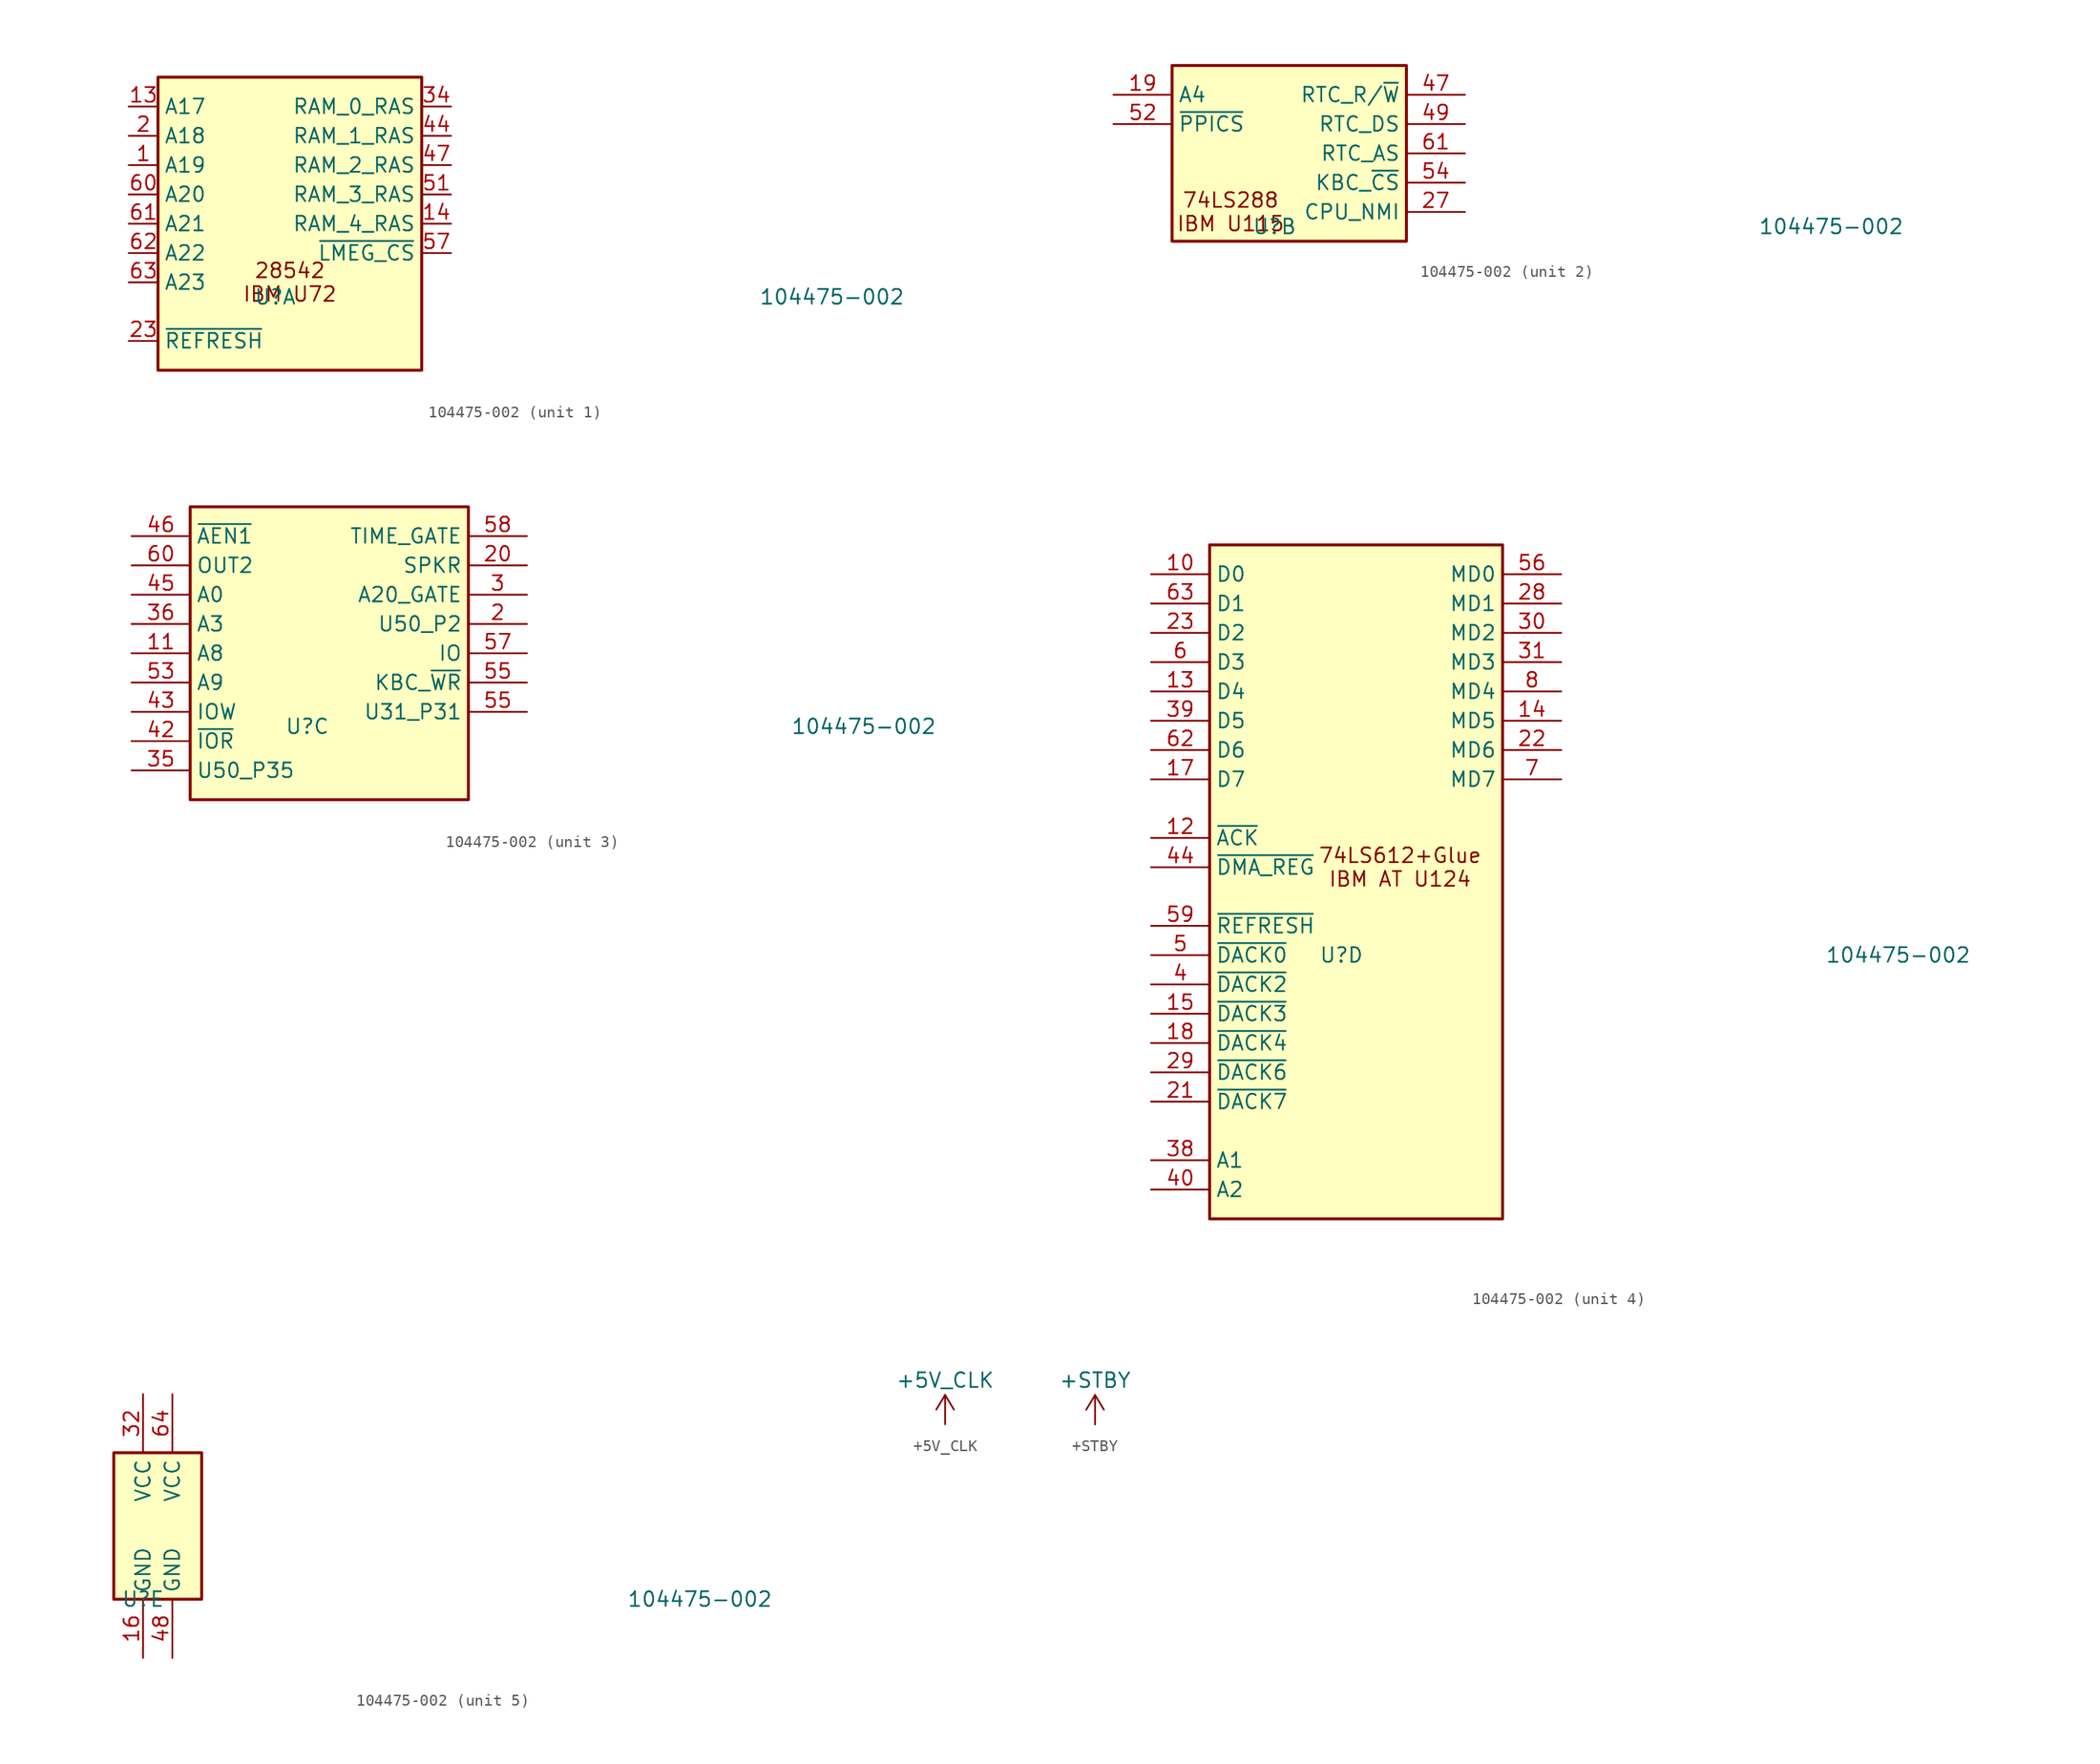
<source format=kicad_sym>
(kicad_symbol_lib
  (version 20231120)
  (generator "kicad_symbol_editor")
  (generator_version "8.0")
  (symbol "104475-002"
    (property "Reference" "U"
      (at -1.27 -6.35 0)
      (effects (font (size 1.27 1.27))))
    (property "Value" "104475-002"
      (at 46.99 -6.35 0)
      (effects (font (size 1.27 1.27))))
    (property "ki_locked" ""
      (at 0 0 0)
      (effects (font (size 1.27 1.27))))
    (symbol "104475-002_1_1"
      (rectangle (start -11.43 12.7) (end 11.43 -12.7) (stroke (width 0.254) (type default)) (fill (type background)))
      (text "28542\nIBM U72" (at 0 -5.08 0) (effects (font (size 1.27 1.27))))
      (pin input line (at -13.97 5.08 0) (length 2.54) (name "A19" (effects (font (size 1.27 1.27)))) (number "1" (effects (font (size 1.27 1.27)))))
      (pin input line (at -13.97 10.16 0) (length 2.54) (name "A17" (effects (font (size 1.27 1.27)))) (number "13" (effects (font (size 1.27 1.27)))))
      (pin output line (at 13.97 0 180) (length 2.54) (name "RAM_4_RAS" (effects (font (size 1.27 1.27)))) (number "14" (effects (font (size 1.27 1.27)))))
      (pin input line (at -13.97 7.62 0) (length 2.54) (name "A18" (effects (font (size 1.27 1.27)))) (number "2" (effects (font (size 1.27 1.27)))))
      (pin input line (at -13.97 -10.16 0) (length 2.54) (name "~{REFRESH}" (effects (font (size 1.27 1.27)))) (number "23" (effects (font (size 1.27 1.27)))))
      (pin output line (at 13.97 10.16 180) (length 2.54) (name "RAM_0_RAS" (effects (font (size 1.27 1.27)))) (number "34" (effects (font (size 1.27 1.27)))))
      (pin output line (at 13.97 7.62 180) (length 2.54) (name "RAM_1_RAS" (effects (font (size 1.27 1.27)))) (number "44" (effects (font (size 1.27 1.27)))))
      (pin output line (at 13.97 5.08 180) (length 2.54) (name "RAM_2_RAS" (effects (font (size 1.27 1.27)))) (number "47" (effects (font (size 1.27 1.27)))))
      (pin output line (at 13.97 2.54 180) (length 2.54) (name "RAM_3_RAS" (effects (font (size 1.27 1.27)))) (number "51" (effects (font (size 1.27 1.27)))))
      (pin output line (at 13.97 -2.54 180) (length 2.54) (name "~{LMEG_CS}" (effects (font (size 1.27 1.27)))) (number "57" (effects (font (size 1.27 1.27)))))
      (pin input line (at -13.97 2.54 0) (length 2.54) (name "A20" (effects (font (size 1.27 1.27)))) (number "60" (effects (font (size 1.27 1.27)))))
      (pin input line (at -13.97 0 0) (length 2.54) (name "A21" (effects (font (size 1.27 1.27)))) (number "61" (effects (font (size 1.27 1.27)))))
      (pin input line (at -13.97 -2.54 0) (length 2.54) (name "A22" (effects (font (size 1.27 1.27)))) (number "62" (effects (font (size 1.27 1.27)))))
      (pin input line (at -13.97 -5.08 0) (length 2.54) (name "A23" (effects (font (size 1.27 1.27)))) (number "63" (effects (font (size 1.27 1.27))))))
    (symbol "104475-002_2_0"
      (pin input line (at -15.24 5.08 0) (length 5.08) (name "A4" (effects (font (size 1.27 1.27)))) (number "19" (effects (font (size 1.27 1.27)))))
      (pin output line (at 15.24 -5.08 180) (length 5.08) (name "CPU_NMI" (effects (font (size 1.27 1.27)))) (number "27" (effects (font (size 1.27 1.27)))))
      (pin output line (at 15.24 5.08 180) (length 5.08) (name "RTC_R/~{W}" (effects (font (size 1.27 1.27)))) (number "47" (effects (font (size 1.27 1.27)))))
      (pin output line (at 15.24 2.54 180) (length 5.08) (name "RTC_DS" (effects (font (size 1.27 1.27)))) (number "49" (effects (font (size 1.27 1.27)))))
      (pin input line (at -15.24 2.54 0) (length 5.08) (name "~{PPICS}" (effects (font (size 1.27 1.27)))) (number "52" (effects (font (size 1.27 1.27)))))
      (pin output line (at 15.24 -2.54 180) (length 5.08) (name "KBC_~{CS}" (effects (font (size 1.27 1.27)))) (number "54" (effects (font (size 1.27 1.27)))))
      (pin output line (at 15.24 0 180) (length 5.08) (name "RTC_AS" (effects (font (size 1.27 1.27)))) (number "61" (effects (font (size 1.27 1.27))))))
    (symbol "104475-002_2_1"
      (rectangle (start -10.16 7.62) (end 10.16 -7.62) (stroke (width 0.254) (type default)) (fill (type background)))
      (text "74LS288\nIBM U115" (at -5.08 -5.08 0) (effects (font (size 1.27 1.27)))))
    (symbol "104475-002_3_0"
      (pin input line (at -16.51 0 0) (length 5.08) (name "A8" (effects (font (size 1.27 1.27)))) (number "11" (effects (font (size 1.27 1.27)))))
      (pin output line (at 17.78 2.54 180) (length 5.08) (name "U50_P2" (effects (font (size 1.27 1.27)))) (number "2" (effects (font (size 1.27 1.27)))))
      (pin output line (at 17.78 7.62 180) (length 5.08) (name "SPKR" (effects (font (size 1.27 1.27)))) (number "20" (effects (font (size 1.27 1.27)))))
      (pin output line (at 17.78 5.08 180) (length 5.08) (name "A20_GATE" (effects (font (size 1.27 1.27)))) (number "3" (effects (font (size 1.27 1.27)))))
      (pin input line (at -16.51 -10.16 0) (length 5.08) (name "U50_P35" (effects (font (size 1.27 1.27)))) (number "35" (effects (font (size 1.27 1.27)))))
      (pin input line (at -16.51 2.54 0) (length 5.08) (name "A3" (effects (font (size 1.27 1.27)))) (number "36" (effects (font (size 1.27 1.27)))))
      (pin input line (at -16.51 -7.62 0) (length 5.08) (name "~{IOR}" (effects (font (size 1.27 1.27)))) (number "42" (effects (font (size 1.27 1.27)))))
      (pin input line (at -16.51 -5.08 0) (length 5.08) (name "IOW" (effects (font (size 1.27 1.27)))) (number "43" (effects (font (size 1.27 1.27)))))
      (pin input line (at -16.51 5.08 0) (length 5.08) (name "A0" (effects (font (size 1.27 1.27)))) (number "45" (effects (font (size 1.27 1.27)))))
      (pin input line (at -16.51 10.16 0) (length 5.08) (name "~{AEN1}" (effects (font (size 1.27 1.27)))) (number "46" (effects (font (size 1.27 1.27)))))
      (pin input line (at -16.51 -2.54 0) (length 5.08) (name "A9" (effects (font (size 1.27 1.27)))) (number "53" (effects (font (size 1.27 1.27)))))
      (pin output line (at 17.78 -2.54 180) (length 5.08) (name "KBC_~{WR}" (effects (font (size 1.27 1.27)))) (number "55" (effects (font (size 1.27 1.27)))))
      (pin output line (at 17.78 -5.08 180) (length 5.08) (name "U31_P31" (effects (font (size 1.27 1.27)))) (number "55" (effects (font (size 1.27 1.27)))))
      (pin output line (at 17.78 0 180) (length 5.08) (name "IO" (effects (font (size 1.27 1.27)))) (number "57" (effects (font (size 1.27 1.27)))))
      (pin output line (at 17.78 10.16 180) (length 5.08) (name "TIME_GATE" (effects (font (size 1.27 1.27)))) (number "58" (effects (font (size 1.27 1.27)))))
      (pin input line (at -16.51 7.62 0) (length 5.08) (name "OUT2" (effects (font (size 1.27 1.27)))) (number "60" (effects (font (size 1.27 1.27))))))
    (symbol "104475-002_3_1"
      (rectangle (start -11.43 12.7) (end 12.7 -12.7) (stroke (width 0.254) (type default)) (fill (type background))))
    (symbol "104475-002_4_0"
      (pin bidirectional line (at -17.78 26.67 0) (length 5.08) (name "D0" (effects (font (size 1.27 1.27)))) (number "10" (effects (font (size 1.27 1.27)))))
      (pin input line (at -17.78 3.81 0) (length 5.08) (name "~{ACK}" (effects (font (size 1.27 1.27)))) (number "12" (effects (font (size 1.27 1.27)))))
      (pin bidirectional line (at -17.78 16.51 0) (length 5.08) (name "D4" (effects (font (size 1.27 1.27)))) (number "13" (effects (font (size 1.27 1.27)))))
      (pin output line (at 17.78 13.97 180) (length 5.08) (name "MD5" (effects (font (size 1.27 1.27)))) (number "14" (effects (font (size 1.27 1.27)))))
      (pin input line (at -17.78 -11.43 0) (length 5.08) (name "~{DACK3}" (effects (font (size 1.27 1.27)))) (number "15" (effects (font (size 1.27 1.27)))))
      (pin bidirectional line (at -17.78 8.89 0) (length 5.08) (name "D7" (effects (font (size 1.27 1.27)))) (number "17" (effects (font (size 1.27 1.27)))))
      (pin input line (at -17.78 -13.97 0) (length 5.08) (name "~{DACK4}" (effects (font (size 1.27 1.27)))) (number "18" (effects (font (size 1.27 1.27)))))
      (pin input line (at -17.78 -19.05 0) (length 5.08) (name "~{DACK7}" (effects (font (size 1.27 1.27)))) (number "21" (effects (font (size 1.27 1.27)))))
      (pin output line (at 17.78 11.43 180) (length 5.08) (name "MD6" (effects (font (size 1.27 1.27)))) (number "22" (effects (font (size 1.27 1.27)))))
      (pin bidirectional line (at -17.78 21.59 0) (length 5.08) (name "D2" (effects (font (size 1.27 1.27)))) (number "23" (effects (font (size 1.27 1.27)))))
      (pin output line (at 17.78 24.13 180) (length 5.08) (name "MD1" (effects (font (size 1.27 1.27)))) (number "28" (effects (font (size 1.27 1.27)))))
      (pin input line (at -17.78 -16.51 0) (length 5.08) (name "~{DACK6}" (effects (font (size 1.27 1.27)))) (number "29" (effects (font (size 1.27 1.27)))))
      (pin output line (at 17.78 21.59 180) (length 5.08) (name "MD2" (effects (font (size 1.27 1.27)))) (number "30" (effects (font (size 1.27 1.27)))))
      (pin output line (at 17.78 19.05 180) (length 5.08) (name "MD3" (effects (font (size 1.27 1.27)))) (number "31" (effects (font (size 1.27 1.27)))))
      (pin input line (at -17.78 -24.13 0) (length 5.08) (name "A1" (effects (font (size 1.27 1.27)))) (number "38" (effects (font (size 1.27 1.27)))))
      (pin bidirectional line (at -17.78 13.97 0) (length 5.08) (name "D5" (effects (font (size 1.27 1.27)))) (number "39" (effects (font (size 1.27 1.27)))))
      (pin input line (at -17.78 -8.89 0) (length 5.08) (name "~{DACK2}" (effects (font (size 1.27 1.27)))) (number "4" (effects (font (size 1.27 1.27)))))
      (pin input line (at -17.78 -26.67 0) (length 5.08) (name "A2" (effects (font (size 1.27 1.27)))) (number "40" (effects (font (size 1.27 1.27)))))
      (pin input line (at -17.78 1.27 0) (length 5.08) (name "~{DMA_REG}" (effects (font (size 1.27 1.27)))) (number "44" (effects (font (size 1.27 1.27)))))
      (pin input line (at -17.78 -6.35 0) (length 5.08) (name "~{DACK0}" (effects (font (size 1.27 1.27)))) (number "5" (effects (font (size 1.27 1.27)))))
      (pin output line (at 17.78 26.67 180) (length 5.08) (name "MD0" (effects (font (size 1.27 1.27)))) (number "56" (effects (font (size 1.27 1.27)))))
      (pin input line (at -17.78 -3.81 0) (length 5.08) (name "~{REFRESH}" (effects (font (size 1.27 1.27)))) (number "59" (effects (font (size 1.27 1.27)))))
      (pin bidirectional line (at -17.78 19.05 0) (length 5.08) (name "D3" (effects (font (size 1.27 1.27)))) (number "6" (effects (font (size 1.27 1.27)))))
      (pin bidirectional line (at -17.78 11.43 0) (length 5.08) (name "D6" (effects (font (size 1.27 1.27)))) (number "62" (effects (font (size 1.27 1.27)))))
      (pin bidirectional line (at -17.78 24.13 0) (length 5.08) (name "D1" (effects (font (size 1.27 1.27)))) (number "63" (effects (font (size 1.27 1.27)))))
      (pin output line (at 17.78 8.89 180) (length 5.08) (name "MD7" (effects (font (size 1.27 1.27)))) (number "7" (effects (font (size 1.27 1.27)))))
      (pin output line (at 17.78 16.51 180) (length 5.08) (name "MD4" (effects (font (size 1.27 1.27)))) (number "8" (effects (font (size 1.27 1.27))))))
    (symbol "104475-002_4_1"
      (rectangle (start -12.7 29.21) (end 12.7 -29.21) (stroke (width 0.254) (type default)) (fill (type background)))
      (text "74LS612+Glue\nIBM AT U124" (at 3.81 1.27 0) (effects (font (size 1.27 1.27)))))
    (symbol "104475-002_5_0"
      (pin power_in line (at -1.27 -11.43 90) (length 5.08) (name "GND" (effects (font (size 1.27 1.27)))) (number "16" (effects (font (size 1.27 1.27)))))
      (pin power_in line (at -1.27 11.43 270) (length 5.08) (name "VCC" (effects (font (size 1.27 1.27)))) (number "32" (effects (font (size 1.27 1.27)))))
      (pin power_in line (at 1.27 -11.43 90) (length 5.08) (name "GND" (effects (font (size 1.27 1.27)))) (number "48" (effects (font (size 1.27 1.27)))))
      (pin power_in line (at 1.27 11.43 270) (length 5.08) (name "VCC" (effects (font (size 1.27 1.27)))) (number "64" (effects (font (size 1.27 1.27))))))
    (symbol "104475-002_5_1"
      (rectangle (start -3.81 6.35) (end 3.81 -6.35) (stroke (width 0.254) (type default)) (fill (type background)))))
  (symbol "+5V_CLK"
    (power)
    (property "Reference" "#PWR"
      (at 0 -1.27 0)
      (effects (font (size 1.27 1.27)) (hide yes)))
    (property "Value" "+5V_CLK"
      (at 0 3.81 0)
      (do_not_autoplace)
      (effects (font (size 1.27 1.27))))
    (symbol "+5V_CLK_0_1"
      (polyline (pts (xy -0.762 1.27) (xy 0 2.54)) (stroke (width 0) (type default)) (fill (type none)))
      (polyline (pts (xy 0 0) (xy 0 2.54)) (stroke (width 0) (type default)) (fill (type none)))
      (polyline (pts (xy 0 2.54) (xy 0.762 1.27)) (stroke (width 0) (type default)) (fill (type none))))
    (symbol "+5V_CLK_1_1"
      (pin power_in line (at 0 0 90) (length 0) hide (name "+5V_CLK" (effects (font (size 1.27 1.27)))) (number "1" (effects (font (size 1.27 1.27)))))))
  (symbol "+STBY"
    (power)
    (property "Reference" "#PWR"
      (at 0 -1.27 0)
      (effects (font (size 1.27 1.27)) (hide yes)))
    (property "Value" "+STBY"
      (at 0 3.81 0)
      (do_not_autoplace)
      (effects (font (size 1.27 1.27))))
    (symbol "+STBY_0_1"
      (polyline (pts (xy -0.762 1.27) (xy 0 2.54)) (stroke (width 0) (type default)) (fill (type none)))
      (polyline (pts (xy 0 0) (xy 0 2.54)) (stroke (width 0) (type default)) (fill (type none)))
      (polyline (pts (xy 0 2.54) (xy 0.762 1.27)) (stroke (width 0) (type default)) (fill (type none))))
    (symbol "+STBY_1_1"
      (pin power_in line (at 0 0 90) (length 0) hide (name "+5V_CLK" (effects (font (size 1.27 1.27)))) (number "1" (effects (font (size 1.27 1.27))))))))
</source>
